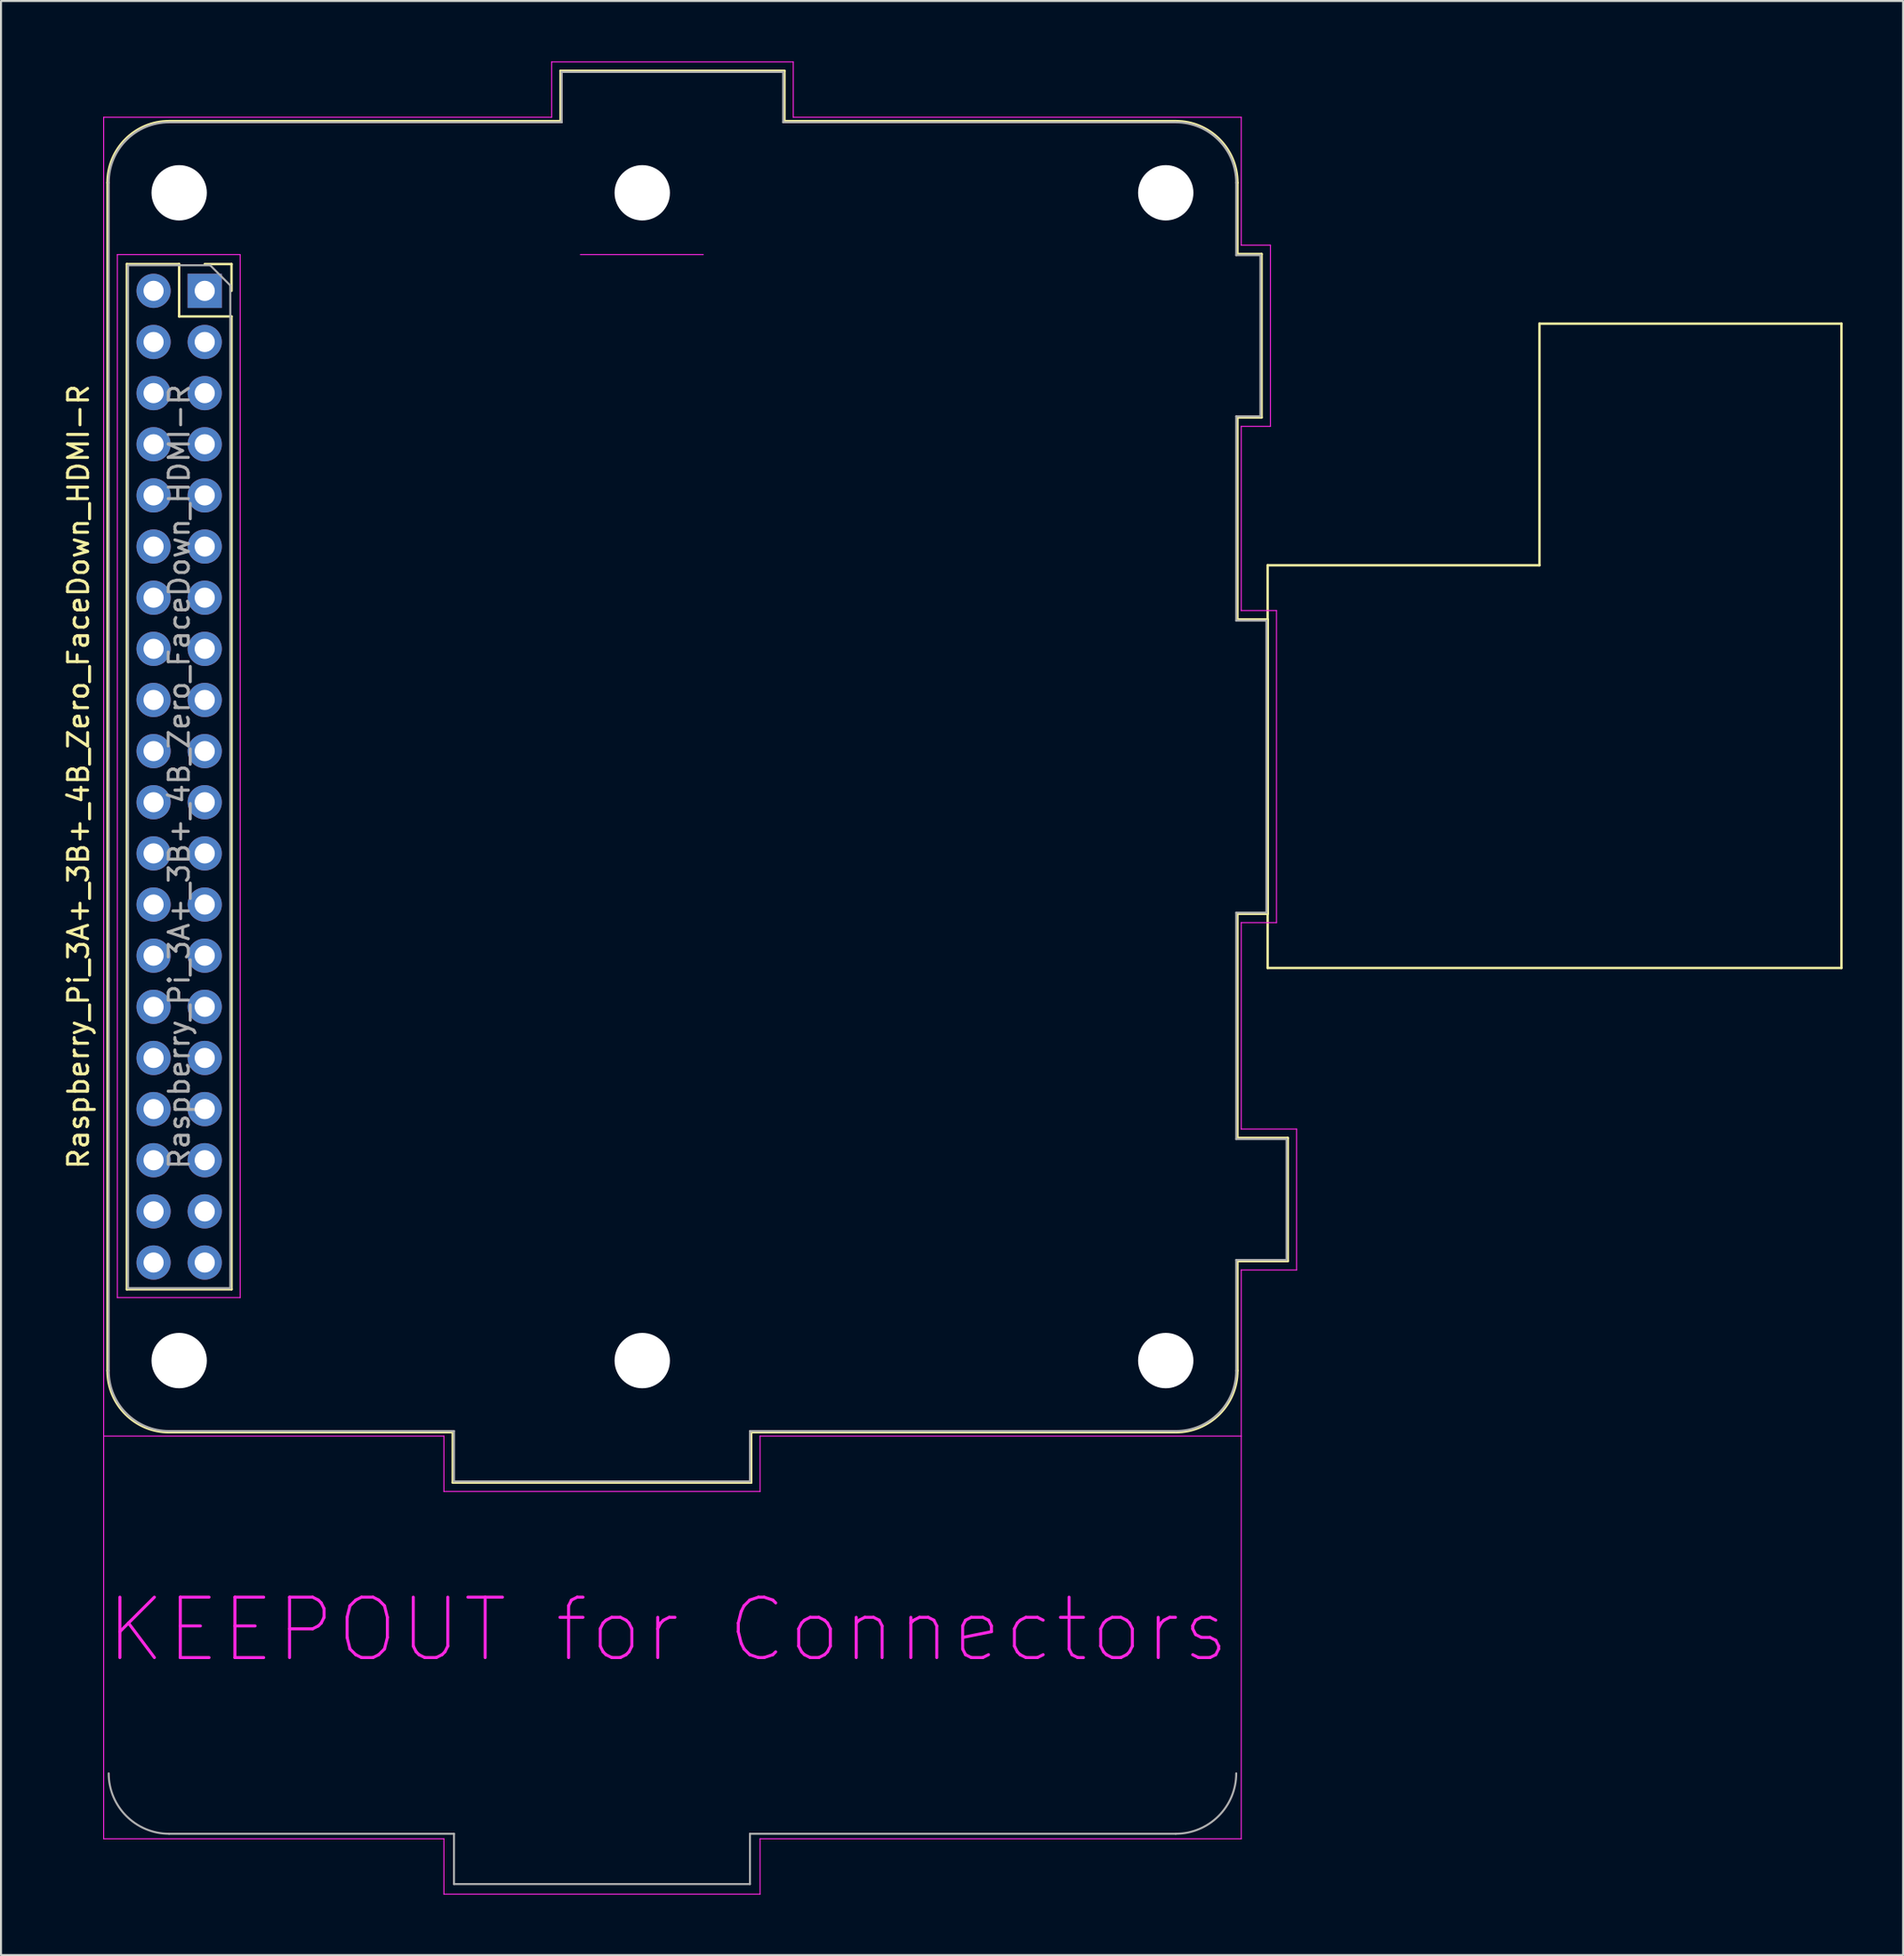
<source format=kicad_pcb>
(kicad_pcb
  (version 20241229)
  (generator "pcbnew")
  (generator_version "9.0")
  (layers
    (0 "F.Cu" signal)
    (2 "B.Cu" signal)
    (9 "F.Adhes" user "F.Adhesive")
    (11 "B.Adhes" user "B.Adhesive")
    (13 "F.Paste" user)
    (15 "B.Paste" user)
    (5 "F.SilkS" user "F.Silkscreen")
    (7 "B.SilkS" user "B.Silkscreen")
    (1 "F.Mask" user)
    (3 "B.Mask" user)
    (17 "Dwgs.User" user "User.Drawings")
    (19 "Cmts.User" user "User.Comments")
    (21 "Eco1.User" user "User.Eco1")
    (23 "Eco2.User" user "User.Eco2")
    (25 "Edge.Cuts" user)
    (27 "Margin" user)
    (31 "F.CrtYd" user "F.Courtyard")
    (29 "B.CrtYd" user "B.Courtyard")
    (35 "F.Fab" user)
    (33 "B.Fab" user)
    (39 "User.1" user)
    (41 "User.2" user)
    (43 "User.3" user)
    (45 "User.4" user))
  (footprint "Raspberry_Pi_3A+_3B+_4B_Zero_FaceDown_HDMI-R"
    (layer "F.Cu")
    (at 7.118 11.395)
    (property "Reference" "Raspberry_Pi_3A+_3B+_4B_Zero_FaceDown_HDMI-R" (at -6.27 24.13 90) (layer "F.SilkS") (effects (font (size 1 1) (thickness 0.15))))
    (attr through_hole)
    (fp_line (start -4.83 53.63) (end -4.83 -5.37) (stroke (width 0.12) (type solid)) (layer "F.SilkS"))
    (fp_line (start -3.87 -1.33) (end -3.87 49.59) (stroke (width 0.12) (type solid)) (layer "F.SilkS"))
    (fp_line (start -3.87 -1.33) (end -1.27 -1.33) (stroke (width 0.12) (type solid)) (layer "F.SilkS"))
    (fp_line (start -3.87 49.59) (end 1.33 49.59) (stroke (width 0.12) (type solid)) (layer "F.SilkS"))
    (fp_line (start -1.77 -8.43) (end 17.67 -8.43) (stroke (width 0.12) (type solid)) (layer "F.SilkS"))
    (fp_line (start -1.77 56.69) (end 12.32 56.69) (stroke (width 0.12) (type solid)) (layer "F.SilkS"))
    (fp_line (start -1.27 -1.33) (end -1.27 1.27) (stroke (width 0.12) (type solid)) (layer "F.SilkS"))
    (fp_line (start -1.27 1.27) (end 1.33 1.27) (stroke (width 0.12) (type solid)) (layer "F.SilkS"))
    (fp_line (start 0 -1.33) (end 1.33 -1.33) (stroke (width 0.12) (type solid)) (layer "F.SilkS"))
    (fp_line (start 1.33 -1.33) (end 1.33 0) (stroke (width 0.12) (type solid)) (layer "F.SilkS"))
    (fp_line (start 1.33 1.27) (end 1.33 49.59) (stroke (width 0.12) (type solid)) (layer "F.SilkS"))
    (fp_line (start 12.32 56.69) (end 12.32 59.19) (stroke (width 0.12) (type solid)) (layer "F.SilkS"))
    (fp_line (start 12.32 59.19) (end 27.14 59.19) (stroke (width 0.12) (type solid)) (layer "F.SilkS"))
    (fp_line (start 17.67 -10.93) (end 17.67 -8.43) (stroke (width 0.12) (type solid)) (layer "F.SilkS"))
    (fp_line (start 27.14 56.69) (end 48.23 56.69) (stroke (width 0.12) (type solid)) (layer "F.SilkS"))
    (fp_line (start 27.14 59.19) (end 27.14 56.69) (stroke (width 0.12) (type solid)) (layer "F.SilkS"))
    (fp_line (start 28.79 -10.93) (end 17.67 -10.93) (stroke (width 0.12) (type solid)) (layer "F.SilkS"))
    (fp_line (start 28.79 -8.43) (end 28.79 -10.93) (stroke (width 0.12) (type solid)) (layer "F.SilkS"))
    (fp_line (start 48.23 -8.43) (end 28.79 -8.43) (stroke (width 0.12) (type solid)) (layer "F.SilkS"))
    (fp_line (start 51.29 -5.37) (end 51.29 -1.83) (stroke (width 0.12) (type solid)) (layer "F.SilkS"))
    (fp_line (start 51.29 -1.83) (end 52.49 -1.83) (stroke (width 0.12) (type solid)) (layer "F.SilkS"))
    (fp_line (start 51.29 6.29) (end 51.29 16.32) (stroke (width 0.12) (type solid)) (layer "F.SilkS"))
    (fp_line (start 51.29 16.32) (end 52.79 16.32) (stroke (width 0.12) (type solid)) (layer "F.SilkS"))
    (fp_line (start 51.29 30.94) (end 51.29 42.07) (stroke (width 0.12) (type solid)) (layer "F.SilkS"))
    (fp_line (start 51.29 42.07) (end 53.79 42.07) (stroke (width 0.12) (type solid)) (layer "F.SilkS"))
    (fp_line (start 51.29 48.19) (end 51.29 53.63) (stroke (width 0.12) (type solid)) (layer "F.SilkS"))
    (fp_line (start 52.49 -1.83) (end 52.49 6.29) (stroke (width 0.12) (type solid)) (layer "F.SilkS"))
    (fp_line (start 52.49 6.29) (end 51.29 6.29) (stroke (width 0.12) (type solid)) (layer "F.SilkS"))
    (fp_line (start 52.79 13.63) (end 52.79 33.63) (stroke (width 0.12) (type solid)) (layer "F.SilkS"))
    (fp_line (start 52.79 13.63) (end 66.29 13.63) (stroke (width 0.12) (type solid)) (layer "F.SilkS"))
    (fp_line (start 52.79 16.32) (end 52.79 30.94) (stroke (width 0.12) (type solid)) (layer "F.SilkS"))
    (fp_line (start 52.79 30.94) (end 51.29 30.94) (stroke (width 0.12) (type solid)) (layer "F.SilkS"))
    (fp_line (start 52.79 33.63) (end 81.29 33.63) (stroke (width 0.12) (type solid)) (layer "F.SilkS"))
    (fp_line (start 53.79 42.07) (end 53.79 48.19) (stroke (width 0.12) (type solid)) (layer "F.SilkS"))
    (fp_line (start 53.79 48.19) (end 51.29 48.19) (stroke (width 0.12) (type solid)) (layer "F.SilkS"))
    (fp_line (start 66.29 1.63) (end 66.29 13.63) (stroke (width 0.12) (type solid)) (layer "F.SilkS"))
    (fp_line (start 81.29 1.63) (end 66.29 1.63) (stroke (width 0.12) (type solid)) (layer "F.SilkS"))
    (fp_line (start 81.29 1.63) (end 81.29 33.63) (stroke (width 0.12) (type solid)) (layer "F.SilkS"))
    (fp_arc (start -4.83 -5.37) (mid -3.933747 -7.533747) (end -1.77 -8.43) (stroke (width 0.12) (type solid)) (layer "F.SilkS"))
    (fp_arc (start -1.77 56.69) (mid -3.933747 55.793747) (end -4.83 53.63) (stroke (width 0.12) (type solid)) (layer "F.SilkS"))
    (fp_arc (start 48.23 -8.43) (mid 50.393747 -7.533747) (end 51.29 -5.37) (stroke (width 0.12) (type solid)) (layer "F.SilkS"))
    (fp_arc (start 51.29 53.63) (mid 50.393747 55.793747) (end 48.23 56.69) (stroke (width 0.12) (type solid)) (layer "F.SilkS"))
    (fp_line (start -5.02 -8.62) (end 17.23 -8.62) (stroke (width 0.05) (type solid)) (layer "F.CrtYd"))
    (fp_line (start -5.02 76.88) (end -5.02 -8.62) (stroke (width 0.05) (type solid)) (layer "F.CrtYd"))
    (fp_line (start -4.34 -1.8) (end 1.76 -1.8) (stroke (width 0.05) (type solid)) (layer "F.CrtYd"))
    (fp_line (start -4.34 50) (end -4.34 -1.8) (stroke (width 0.05) (type solid)) (layer "F.CrtYd"))
    (fp_line (start 1.76 -1.8) (end 1.76 50) (stroke (width 0.05) (type solid)) (layer "F.CrtYd"))
    (fp_line (start 1.76 50) (end -4.34 50) (stroke (width 0.05) (type solid)) (layer "F.CrtYd"))
    (fp_line (start 11.88 56.88) (end -5.02 56.88) (stroke (width 0.05) (type solid)) (layer "F.CrtYd"))
    (fp_line (start 11.88 59.63) (end 11.88 56.88) (stroke (width 0.05) (type solid)) (layer "F.CrtYd"))
    (fp_line (start 11.88 76.88) (end -5.02 76.88) (stroke (width 0.05) (type solid)) (layer "F.CrtYd"))
    (fp_line (start 11.88 79.63) (end 11.88 76.88) (stroke (width 0.05) (type solid)) (layer "F.CrtYd"))
    (fp_line (start 17.23 -11.37) (end 29.23 -11.37) (stroke (width 0.05) (type solid)) (layer "F.CrtYd"))
    (fp_line (start 17.23 -8.62) (end 17.23 -11.37) (stroke (width 0.05) (type solid)) (layer "F.CrtYd"))
    (fp_line (start 18.66 -1.8) (end 24.76 -1.8) (stroke (width 0.05) (type solid)) (layer "F.CrtYd"))
    (fp_line (start 27.58 56.88) (end 27.58 59.63) (stroke (width 0.05) (type solid)) (layer "F.CrtYd"))
    (fp_line (start 27.58 59.63) (end 11.88 59.63) (stroke (width 0.05) (type solid)) (layer "F.CrtYd"))
    (fp_line (start 27.58 76.88) (end 27.58 79.63) (stroke (width 0.05) (type solid)) (layer "F.CrtYd"))
    (fp_line (start 27.58 79.63) (end 11.88 79.63) (stroke (width 0.05) (type solid)) (layer "F.CrtYd"))
    (fp_line (start 29.23 -11.37) (end 29.23 -8.62) (stroke (width 0.05) (type solid)) (layer "F.CrtYd"))
    (fp_line (start 29.23 -8.62) (end 51.48 -8.62) (stroke (width 0.05) (type solid)) (layer "F.CrtYd"))
    (fp_line (start 51.48 -8.62) (end 51.48 -2.27) (stroke (width 0.05) (type solid)) (layer "F.CrtYd"))
    (fp_line (start 51.48 -2.27) (end 52.93 -2.27) (stroke (width 0.05) (type solid)) (layer "F.CrtYd"))
    (fp_line (start 51.48 6.73) (end 51.48 15.88) (stroke (width 0.05) (type solid)) (layer "F.CrtYd"))
    (fp_line (start 51.48 15.88) (end 53.23 15.88) (stroke (width 0.05) (type solid)) (layer "F.CrtYd"))
    (fp_line (start 51.48 31.38) (end 51.48 41.63) (stroke (width 0.05) (type solid)) (layer "F.CrtYd"))
    (fp_line (start 51.48 41.63) (end 54.23 41.63) (stroke (width 0.05) (type solid)) (layer "F.CrtYd"))
    (fp_line (start 51.48 48.63) (end 51.48 76.88) (stroke (width 0.05) (type solid)) (layer "F.CrtYd"))
    (fp_line (start 51.48 56.88) (end 27.58 56.88) (stroke (width 0.05) (type solid)) (layer "F.CrtYd"))
    (fp_line (start 51.48 76.88) (end 27.58 76.88) (stroke (width 0.05) (type solid)) (layer "F.CrtYd"))
    (fp_line (start 52.93 -2.27) (end 52.93 6.73) (stroke (width 0.05) (type solid)) (layer "F.CrtYd"))
    (fp_line (start 52.93 6.73) (end 51.48 6.73) (stroke (width 0.05) (type solid)) (layer "F.CrtYd"))
    (fp_line (start 53.23 15.88) (end 53.23 31.38) (stroke (width 0.05) (type solid)) (layer "F.CrtYd"))
    (fp_line (start 53.23 31.38) (end 51.48 31.38) (stroke (width 0.05) (type solid)) (layer "F.CrtYd"))
    (fp_line (start 54.23 41.63) (end 54.23 48.63) (stroke (width 0.05) (type solid)) (layer "F.CrtYd"))
    (fp_line (start 54.23 48.63) (end 51.48 48.63) (stroke (width 0.05) (type solid)) (layer "F.CrtYd"))
    (fp_line (start -4.77 53.63) (end -4.77 -5.37) (stroke (width 0.1) (type solid)) (layer "F.Fab"))
    (fp_line (start -3.81 -1.27) (end 0.27 -1.27) (stroke (width 0.1) (type solid)) (layer "F.Fab"))
    (fp_line (start -3.81 49.53) (end -3.81 -1.27) (stroke (width 0.1) (type solid)) (layer "F.Fab"))
    (fp_line (start -1.77 -8.37) (end 17.73 -8.37) (stroke (width 0.1) (type solid)) (layer "F.Fab"))
    (fp_line (start 0.27 -1.27) (end 1.27 -0.27) (stroke (width 0.1) (type solid)) (layer "F.Fab"))
    (fp_line (start 1.27 -0.27) (end 1.27 49.53) (stroke (width 0.1) (type solid)) (layer "F.Fab"))
    (fp_line (start 1.27 49.53) (end -3.81 49.53) (stroke (width 0.1) (type solid)) (layer "F.Fab"))
    (fp_line (start 12.38 56.63) (end -1.77 56.63) (stroke (width 0.1) (type solid)) (layer "F.Fab"))
    (fp_line (start 12.38 59.13) (end 12.38 56.63) (stroke (width 0.1) (type solid)) (layer "F.Fab"))
    (fp_line (start 12.38 76.63) (end -1.77 76.63) (stroke (width 0.1) (type solid)) (layer "F.Fab"))
    (fp_line (start 12.38 79.13) (end 12.38 76.63) (stroke (width 0.1) (type solid)) (layer "F.Fab"))
    (fp_line (start 17.73 -10.87) (end 17.73 -8.37) (stroke (width 0.1) (type solid)) (layer "F.Fab"))
    (fp_line (start 27.08 56.63) (end 27.08 59.13) (stroke (width 0.1) (type solid)) (layer "F.Fab"))
    (fp_line (start 27.08 59.13) (end 12.38 59.13) (stroke (width 0.1) (type solid)) (layer "F.Fab"))
    (fp_line (start 27.08 76.63) (end 27.08 79.13) (stroke (width 0.1) (type solid)) (layer "F.Fab"))
    (fp_line (start 27.08 79.13) (end 12.38 79.13) (stroke (width 0.1) (type solid)) (layer "F.Fab"))
    (fp_line (start 28.73 -10.87) (end 17.73 -10.87) (stroke (width 0.1) (type solid)) (layer "F.Fab"))
    (fp_line (start 28.73 -8.37) (end 28.73 -10.87) (stroke (width 0.1) (type solid)) (layer "F.Fab"))
    (fp_line (start 48.23 -8.37) (end 28.73 -8.37) (stroke (width 0.1) (type solid)) (layer "F.Fab"))
    (fp_line (start 48.23 56.63) (end 27.08 56.63) (stroke (width 0.1) (type solid)) (layer "F.Fab"))
    (fp_line (start 48.23 76.63) (end 27.08 76.63) (stroke (width 0.1) (type solid)) (layer "F.Fab"))
    (fp_line (start 51.23 -5.37) (end 51.23 -1.77) (stroke (width 0.1) (type solid)) (layer "F.Fab"))
    (fp_line (start 51.23 -1.77) (end 52.43 -1.77) (stroke (width 0.1) (type solid)) (layer "F.Fab"))
    (fp_line (start 51.23 6.23) (end 51.23 16.38) (stroke (width 0.1) (type solid)) (layer "F.Fab"))
    (fp_line (start 51.23 16.38) (end 52.73 16.38) (stroke (width 0.1) (type solid)) (layer "F.Fab"))
    (fp_line (start 51.23 30.88) (end 51.23 42.13) (stroke (width 0.1) (type solid)) (layer "F.Fab"))
    (fp_line (start 51.23 42.13) (end 53.73 42.13) (stroke (width 0.1) (type solid)) (layer "F.Fab"))
    (fp_line (start 51.23 48.13) (end 51.23 53.63) (stroke (width 0.1) (type solid)) (layer "F.Fab"))
    (fp_line (start 52.43 -1.77) (end 52.43 6.23) (stroke (width 0.1) (type solid)) (layer "F.Fab"))
    (fp_line (start 52.43 6.23) (end 51.23 6.23) (stroke (width 0.1) (type solid)) (layer "F.Fab"))
    (fp_line (start 52.73 16.38) (end 52.73 30.88) (stroke (width 0.1) (type solid)) (layer "F.Fab"))
    (fp_line (start 52.73 30.88) (end 51.23 30.88) (stroke (width 0.1) (type solid)) (layer "F.Fab"))
    (fp_line (start 53.73 42.13) (end 53.73 48.13) (stroke (width 0.1) (type solid)) (layer "F.Fab"))
    (fp_line (start 53.73 48.13) (end 51.23 48.13) (stroke (width 0.1) (type solid)) (layer "F.Fab"))
    (fp_arc (start -4.77 -5.37) (mid -3.89132 -7.49132) (end -1.77 -8.37) (stroke (width 0.1) (type solid)) (layer "F.Fab"))
    (fp_arc (start -1.77 56.63) (mid -3.89132 55.75132) (end -4.77 53.63) (stroke (width 0.1) (type solid)) (layer "F.Fab"))
    (fp_arc (start -1.77 76.63) (mid -3.89132 75.75132) (end -4.77 73.63) (stroke (width 0.1) (type solid)) (layer "F.Fab"))
    (fp_arc (start 48.23 -8.37) (mid 50.35132 -7.49132) (end 51.23 -5.37) (stroke (width 0.1) (type solid)) (layer "F.Fab"))
    (fp_arc (start 51.23 53.63) (mid 50.35132 55.75132) (end 48.23 56.63) (stroke (width 0.1) (type solid)) (layer "F.Fab"))
    (fp_arc (start 51.23 73.63) (mid 50.35132 75.75132) (end 48.23 76.63) (stroke (width 0.1) (type solid)) (layer "F.Fab"))
    (fp_text user "KEEPOUT for Connectors" (at 23 66.5 0) (layer "F.CrtYd") (effects (font (size 3 3) (thickness 0.15))))
    (fp_text user "${REFERENCE}" (at -1.27 24.13 90) (layer "F.Fab") (effects (font (size 1 1) (thickness 0.15))))
    (pad "" np_thru_hole circle (at -1.27 -4.87 90) (size 2.75 2.75) (drill 2.75) (layers "*.Cu" "*.Mask"))
    (pad "" np_thru_hole circle (at -1.27 53.13 90) (size 2.75 2.75) (drill 2.75) (layers "*.Cu" "*.Mask"))
    (pad "" np_thru_hole circle (at 21.73 -4.87 90) (size 2.75 2.75) (drill 2.75) (layers "*.Cu" "*.Mask"))
    (pad "" np_thru_hole circle (at 21.73 53.13 90) (size 2.75 2.75) (drill 2.75) (layers "*.Cu" "*.Mask"))
    (pad "" np_thru_hole circle (at 47.73 -4.87 90) (size 2.75 2.75) (drill 2.75) (layers "*.Cu" "*.Mask"))
    (pad "" np_thru_hole circle (at 47.73 53.13 90) (size 2.75 2.75) (drill 2.75) (layers "*.Cu" "*.Mask"))
    (pad "1" thru_hole rect (at 0 0) (size 1.7 1.7) (drill 1) (layers "*.Cu" "*.Mask"))
    (pad "2" thru_hole oval (at -2.54 0) (size 1.7 1.7) (drill 1) (layers "*.Cu" "*.Mask"))
    (pad "3" thru_hole oval (at 0 2.54) (size 1.7 1.7) (drill 1) (layers "*.Cu" "*.Mask"))
    (pad "4" thru_hole oval (at -2.54 2.54) (size 1.7 1.7) (drill 1) (layers "*.Cu" "*.Mask"))
    (pad "5" thru_hole oval (at 0 5.08) (size 1.7 1.7) (drill 1) (layers "*.Cu" "*.Mask"))
    (pad "6" thru_hole oval (at -2.54 5.08) (size 1.7 1.7) (drill 1) (layers "*.Cu" "*.Mask"))
    (pad "7" thru_hole oval (at 0 7.62) (size 1.7 1.7) (drill 1) (layers "*.Cu" "*.Mask"))
    (pad "8" thru_hole oval (at -2.54 7.62) (size 1.7 1.7) (drill 1) (layers "*.Cu" "*.Mask"))
    (pad "9" thru_hole oval (at 0 10.16) (size 1.7 1.7) (drill 1) (layers "*.Cu" "*.Mask"))
    (pad "10" thru_hole oval (at -2.54 10.16) (size 1.7 1.7) (drill 1) (layers "*.Cu" "*.Mask"))
    (pad "11" thru_hole oval (at 0 12.7) (size 1.7 1.7) (drill 1) (layers "*.Cu" "*.Mask"))
    (pad "12" thru_hole oval (at -2.54 12.7) (size 1.7 1.7) (drill 1) (layers "*.Cu" "*.Mask"))
    (pad "13" thru_hole oval (at 0 15.24) (size 1.7 1.7) (drill 1) (layers "*.Cu" "*.Mask"))
    (pad "14" thru_hole oval (at -2.54 15.24) (size 1.7 1.7) (drill 1) (layers "*.Cu" "*.Mask"))
    (pad "15" thru_hole oval (at 0 17.78) (size 1.7 1.7) (drill 1) (layers "*.Cu" "*.Mask"))
    (pad "16" thru_hole oval (at -2.54 17.78) (size 1.7 1.7) (drill 1) (layers "*.Cu" "*.Mask"))
    (pad "17" thru_hole oval (at 0 20.32) (size 1.7 1.7) (drill 1) (layers "*.Cu" "*.Mask"))
    (pad "18" thru_hole oval (at -2.54 20.32) (size 1.7 1.7) (drill 1) (layers "*.Cu" "*.Mask"))
    (pad "19" thru_hole oval (at 0 22.86) (size 1.7 1.7) (drill 1) (layers "*.Cu" "*.Mask"))
    (pad "20" thru_hole oval (at -2.54 22.86) (size 1.7 1.7) (drill 1) (layers "*.Cu" "*.Mask"))
    (pad "21" thru_hole oval (at 0 25.4) (size 1.7 1.7) (drill 1) (layers "*.Cu" "*.Mask"))
    (pad "22" thru_hole oval (at -2.54 25.4) (size 1.7 1.7) (drill 1) (layers "*.Cu" "*.Mask"))
    (pad "23" thru_hole oval (at 0 27.94) (size 1.7 1.7) (drill 1) (layers "*.Cu" "*.Mask"))
    (pad "24" thru_hole oval (at -2.54 27.94) (size 1.7 1.7) (drill 1) (layers "*.Cu" "*.Mask"))
    (pad "25" thru_hole oval (at 0 30.48) (size 1.7 1.7) (drill 1) (layers "*.Cu" "*.Mask"))
    (pad "26" thru_hole oval (at -2.54 30.48) (size 1.7 1.7) (drill 1) (layers "*.Cu" "*.Mask"))
    (pad "27" thru_hole oval (at 0 33.02) (size 1.7 1.7) (drill 1) (layers "*.Cu" "*.Mask"))
    (pad "28" thru_hole oval (at -2.54 33.02) (size 1.7 1.7) (drill 1) (layers "*.Cu" "*.Mask"))
    (pad "29" thru_hole oval (at 0 35.56) (size 1.7 1.7) (drill 1) (layers "*.Cu" "*.Mask"))
    (pad "30" thru_hole oval (at -2.54 35.56) (size 1.7 1.7) (drill 1) (layers "*.Cu" "*.Mask"))
    (pad "31" thru_hole oval (at 0 38.1) (size 1.7 1.7) (drill 1) (layers "*.Cu" "*.Mask"))
    (pad "32" thru_hole oval (at -2.54 38.1) (size 1.7 1.7) (drill 1) (layers "*.Cu" "*.Mask"))
    (pad "33" thru_hole oval (at 0 40.64) (size 1.7 1.7) (drill 1) (layers "*.Cu" "*.Mask"))
    (pad "34" thru_hole oval (at -2.54 40.64) (size 1.7 1.7) (drill 1) (layers "*.Cu" "*.Mask"))
    (pad "35" thru_hole oval (at 0 43.18) (size 1.7 1.7) (drill 1) (layers "*.Cu" "*.Mask"))
    (pad "36" thru_hole oval (at -2.54 43.18) (size 1.7 1.7) (drill 1) (layers "*.Cu" "*.Mask"))
    (pad "37" thru_hole oval (at 0 45.72) (size 1.7 1.7) (drill 1) (layers "*.Cu" "*.Mask"))
    (pad "38" thru_hole oval (at -2.54 45.72) (size 1.7 1.7) (drill 1) (layers "*.Cu" "*.Mask"))
    (pad "39" thru_hole oval (at 0 48.26) (size 1.7 1.7) (drill 1) (layers "*.Cu" "*.Mask"))
    (pad "40" thru_hole oval (at -2.54 48.26) (size 1.7 1.7) (drill 1) (layers "*.Cu" "*.Mask")))
  (gr_rect
    (start -3 -3)
    (end 91.468 94.05)
    (stroke (width 0.1) (type default))
    (fill no)
    (layer "Edge.Cuts")))
</source>
